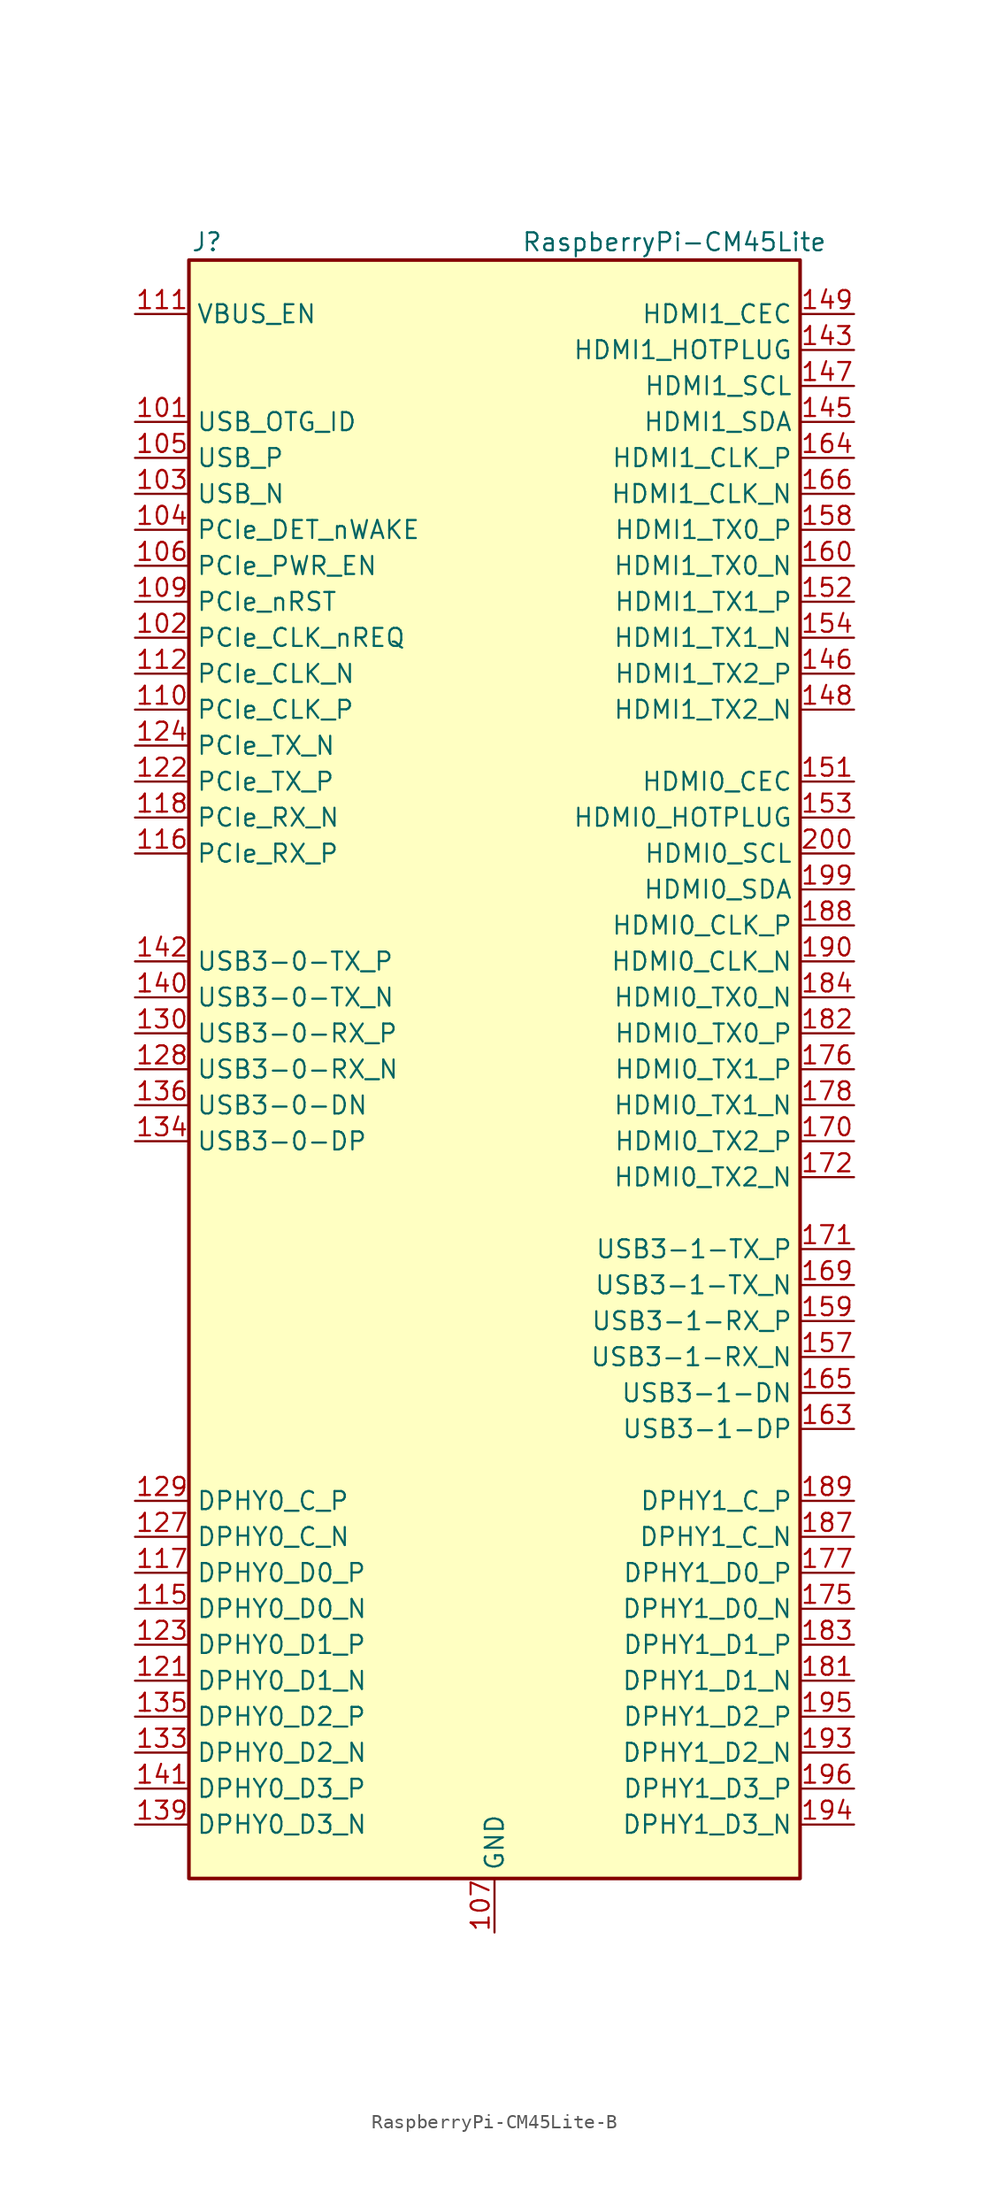
<source format=kicad_sym>
(kicad_symbol_lib
  (version 20241209)
  (generator "kicad_symbol_editor")
  (generator_version "9.0")
  (symbol "RaspberryPi-CM45Lite-B"
    (property "Reference" "J"
      (at -20.32 58.42 0)
      (effects (font (size 1.27 1.27))))
    (property "Value" "RaspberryPi-CM45Lite"
      (at 12.7 58.42 0)
      (effects (font (size 1.27 1.27))))
    (symbol "RaspberryPi-CM45Lite-B_0_1"
      (rectangle (start -21.59 57.15) (end 21.59 -57.15) (stroke (width 0.254) (type default)) (fill (type background))))
    (symbol "RaspberryPi-CM45Lite-B_1_1"
      (pin output line (at -25.4 53.34 0) (length 3.81) (name "VBUS_EN" (effects (font (size 1.27 1.27)))) (number "111" (effects (font (size 1.27 1.27)))))
      (pin input line (at -25.4 45.72 0) (length 3.81) (name "USB_OTG_ID" (effects (font (size 1.27 1.27)))) (number "101" (effects (font (size 1.27 1.27)))))
      (pin bidirectional line (at -25.4 43.18 0) (length 3.81) (name "USB_P" (effects (font (size 1.27 1.27)))) (number "105" (effects (font (size 1.27 1.27)))))
      (pin bidirectional line (at -25.4 40.64 0) (length 3.81) (name "USB_N" (effects (font (size 1.27 1.27)))) (number "103" (effects (font (size 1.27 1.27)))))
      (pin power_in line (at -25.4 38.1 0) (length 3.81) (name "PCIe_DET_nWAKE" (effects (font (size 1.27 1.27)))) (number "104" (effects (font (size 1.27 1.27)))))
      (pin input line (at -25.4 35.56 0) (length 3.81) (name "PCIe_PWR_EN" (effects (font (size 1.27 1.27)))) (number "106" (effects (font (size 1.27 1.27)))))
      (pin output line (at -25.4 33.02 0) (length 3.81) (name "PCIe_nRST" (effects (font (size 1.27 1.27)))) (number "109" (effects (font (size 1.27 1.27)))))
      (pin input line (at -25.4 30.48 0) (length 3.81) (name "PCIe_CLK_nREQ" (effects (font (size 1.27 1.27)))) (number "102" (effects (font (size 1.27 1.27)))))
      (pin output line (at -25.4 27.94 0) (length 3.81) (name "PCIe_CLK_N" (effects (font (size 1.27 1.27)))) (number "112" (effects (font (size 1.27 1.27)))))
      (pin output line (at -25.4 25.4 0) (length 3.81) (name "PCIe_CLK_P" (effects (font (size 1.27 1.27)))) (number "110" (effects (font (size 1.27 1.27)))))
      (pin output line (at -25.4 22.86 0) (length 3.81) (name "PCIe_TX_N" (effects (font (size 1.27 1.27)))) (number "124" (effects (font (size 1.27 1.27)))))
      (pin output line (at -25.4 20.32 0) (length 3.81) (name "PCIe_TX_P" (effects (font (size 1.27 1.27)))) (number "122" (effects (font (size 1.27 1.27)))))
      (pin input line (at -25.4 17.78 0) (length 3.81) (name "PCIe_RX_N" (effects (font (size 1.27 1.27)))) (number "118" (effects (font (size 1.27 1.27)))))
      (pin input line (at -25.4 15.24 0) (length 3.81) (name "PCIe_RX_P" (effects (font (size 1.27 1.27)))) (number "116" (effects (font (size 1.27 1.27)))))
      (pin output line (at -25.4 7.62 0) (length 3.81) (name "USB3-0-TX_P" (effects (font (size 1.27 1.27)))) (number "142" (effects (font (size 1.27 1.27)))))
      (pin output line (at -25.4 5.08 0) (length 3.81) (name "USB3-0-TX_N" (effects (font (size 1.27 1.27)))) (number "140" (effects (font (size 1.27 1.27)))))
      (pin input line (at -25.4 2.54 0) (length 3.81) (name "USB3-0-RX_P" (effects (font (size 1.27 1.27)))) (number "130" (effects (font (size 1.27 1.27)))))
      (pin input line (at -25.4 0 0) (length 3.81) (name "USB3-0-RX_N" (effects (font (size 1.27 1.27)))) (number "128" (effects (font (size 1.27 1.27)))))
      (pin bidirectional line (at -25.4 -2.54 0) (length 3.81) (name "USB3-0-DN" (effects (font (size 1.27 1.27)))) (number "136" (effects (font (size 1.27 1.27)))))
      (pin bidirectional line (at -25.4 -5.08 0) (length 3.81) (name "USB3-0-DP" (effects (font (size 1.27 1.27)))) (number "134" (effects (font (size 1.27 1.27)))))
      (pin bidirectional line (at -25.4 -30.48 0) (length 3.81) (name "DPHY0_C_P" (effects (font (size 1.27 1.27)))) (number "129" (effects (font (size 1.27 1.27)))))
      (pin bidirectional line (at -25.4 -33.02 0) (length 3.81) (name "DPHY0_C_N" (effects (font (size 1.27 1.27)))) (number "127" (effects (font (size 1.27 1.27)))))
      (pin bidirectional line (at -25.4 -35.56 0) (length 3.81) (name "DPHY0_D0_P" (effects (font (size 1.27 1.27)))) (number "117" (effects (font (size 1.27 1.27)))))
      (pin bidirectional line (at -25.4 -38.1 0) (length 3.81) (name "DPHY0_D0_N" (effects (font (size 1.27 1.27)))) (number "115" (effects (font (size 1.27 1.27)))))
      (pin bidirectional line (at -25.4 -40.64 0) (length 3.81) (name "DPHY0_D1_P" (effects (font (size 1.27 1.27)))) (number "123" (effects (font (size 1.27 1.27)))))
      (pin bidirectional line (at -25.4 -43.18 0) (length 3.81) (name "DPHY0_D1_N" (effects (font (size 1.27 1.27)))) (number "121" (effects (font (size 1.27 1.27)))))
      (pin bidirectional line (at -25.4 -45.72 0) (length 3.81) (name "DPHY0_D2_P" (effects (font (size 1.27 1.27)))) (number "135" (effects (font (size 1.27 1.27)))))
      (pin bidirectional line (at -25.4 -48.26 0) (length 3.81) (name "DPHY0_D2_N" (effects (font (size 1.27 1.27)))) (number "133" (effects (font (size 1.27 1.27)))))
      (pin bidirectional line (at -25.4 -50.8 0) (length 3.81) (name "DPHY0_D3_P" (effects (font (size 1.27 1.27)))) (number "141" (effects (font (size 1.27 1.27)))))
      (pin bidirectional line (at -25.4 -53.34 0) (length 3.81) (name "DPHY0_D3_N" (effects (font (size 1.27 1.27)))) (number "139" (effects (font (size 1.27 1.27)))))
      (pin power_in line (at 0 -60.96 90) (length 3.81) (name "GND" (effects (font (size 1.27 1.27)))) (number "107" (effects (font (size 1.27 1.27)))))
      (pin passive line (at 0 -60.96 90) (length 3.81) (hide yes) (name "GND" (effects (font (size 1.27 1.27)))) (number "108" (effects (font (size 1.27 1.27)))))
      (pin passive line (at 0 -60.96 90) (length 3.81) (hide yes) (name "GND" (effects (font (size 1.27 1.27)))) (number "113" (effects (font (size 1.27 1.27)))))
      (pin passive line (at 0 -60.96 90) (length 3.81) (hide yes) (name "GND" (effects (font (size 1.27 1.27)))) (number "114" (effects (font (size 1.27 1.27)))))
      (pin passive line (at 0 -60.96 90) (length 3.81) (hide yes) (name "GND" (effects (font (size 1.27 1.27)))) (number "119" (effects (font (size 1.27 1.27)))))
      (pin passive line (at 0 -60.96 90) (length 3.81) (hide yes) (name "GND" (effects (font (size 1.27 1.27)))) (number "120" (effects (font (size 1.27 1.27)))))
      (pin passive line (at 0 -60.96 90) (length 3.81) (hide yes) (name "GND" (effects (font (size 1.27 1.27)))) (number "125" (effects (font (size 1.27 1.27)))))
      (pin passive line (at 0 -60.96 90) (length 3.81) (hide yes) (name "GND" (effects (font (size 1.27 1.27)))) (number "126" (effects (font (size 1.27 1.27)))))
      (pin passive line (at 0 -60.96 90) (length 3.81) (hide yes) (name "GND" (effects (font (size 1.27 1.27)))) (number "131" (effects (font (size 1.27 1.27)))))
      (pin passive line (at 0 -60.96 90) (length 3.81) (hide yes) (name "GND" (effects (font (size 1.27 1.27)))) (number "132" (effects (font (size 1.27 1.27)))))
      (pin passive line (at 0 -60.96 90) (length 3.81) (hide yes) (name "GND" (effects (font (size 1.27 1.27)))) (number "137" (effects (font (size 1.27 1.27)))))
      (pin passive line (at 0 -60.96 90) (length 3.81) (hide yes) (name "GND" (effects (font (size 1.27 1.27)))) (number "138" (effects (font (size 1.27 1.27)))))
      (pin passive line (at 0 -60.96 90) (length 3.81) (hide yes) (name "GND" (effects (font (size 1.27 1.27)))) (number "144" (effects (font (size 1.27 1.27)))))
      (pin passive line (at 0 -60.96 90) (length 3.81) (hide yes) (name "GND" (effects (font (size 1.27 1.27)))) (number "150" (effects (font (size 1.27 1.27)))))
      (pin passive line (at 0 -60.96 90) (length 3.81) (hide yes) (name "GND" (effects (font (size 1.27 1.27)))) (number "155" (effects (font (size 1.27 1.27)))))
      (pin passive line (at 0 -60.96 90) (length 3.81) (hide yes) (name "GND" (effects (font (size 1.27 1.27)))) (number "156" (effects (font (size 1.27 1.27)))))
      (pin passive line (at 0 -60.96 90) (length 3.81) (hide yes) (name "GND" (effects (font (size 1.27 1.27)))) (number "161" (effects (font (size 1.27 1.27)))))
      (pin passive line (at 0 -60.96 90) (length 3.81) (hide yes) (name "GND" (effects (font (size 1.27 1.27)))) (number "162" (effects (font (size 1.27 1.27)))))
      (pin passive line (at 0 -60.96 90) (length 3.81) (hide yes) (name "GND" (effects (font (size 1.27 1.27)))) (number "167" (effects (font (size 1.27 1.27)))))
      (pin passive line (at 0 -60.96 90) (length 3.81) (hide yes) (name "GND" (effects (font (size 1.27 1.27)))) (number "168" (effects (font (size 1.27 1.27)))))
      (pin passive line (at 0 -60.96 90) (length 3.81) (hide yes) (name "GND" (effects (font (size 1.27 1.27)))) (number "173" (effects (font (size 1.27 1.27)))))
      (pin passive line (at 0 -60.96 90) (length 3.81) (hide yes) (name "GND" (effects (font (size 1.27 1.27)))) (number "174" (effects (font (size 1.27 1.27)))))
      (pin passive line (at 0 -60.96 90) (length 3.81) (hide yes) (name "GND" (effects (font (size 1.27 1.27)))) (number "179" (effects (font (size 1.27 1.27)))))
      (pin passive line (at 0 -60.96 90) (length 3.81) (hide yes) (name "GND" (effects (font (size 1.27 1.27)))) (number "180" (effects (font (size 1.27 1.27)))))
      (pin passive line (at 0 -60.96 90) (length 3.81) (hide yes) (name "GND" (effects (font (size 1.27 1.27)))) (number "185" (effects (font (size 1.27 1.27)))))
      (pin passive line (at 0 -60.96 90) (length 3.81) (hide yes) (name "GND" (effects (font (size 1.27 1.27)))) (number "186" (effects (font (size 1.27 1.27)))))
      (pin passive line (at 0 -60.96 90) (length 3.81) (hide yes) (name "GND" (effects (font (size 1.27 1.27)))) (number "191" (effects (font (size 1.27 1.27)))))
      (pin passive line (at 0 -60.96 90) (length 3.81) (hide yes) (name "GND" (effects (font (size 1.27 1.27)))) (number "192" (effects (font (size 1.27 1.27)))))
      (pin passive line (at 0 -60.96 90) (length 3.81) (hide yes) (name "GND" (effects (font (size 1.27 1.27)))) (number "197" (effects (font (size 1.27 1.27)))))
      (pin passive line (at 0 -60.96 90) (length 3.81) (hide yes) (name "GND" (effects (font (size 1.27 1.27)))) (number "198" (effects (font (size 1.27 1.27)))))
      (pin input line (at 25.4 53.34 180) (length 3.81) (name "HDMI1_CEC" (effects (font (size 1.27 1.27)))) (number "149" (effects (font (size 1.27 1.27)))))
      (pin input line (at 25.4 50.8 180) (length 3.81) (name "HDMI1_HOTPLUG" (effects (font (size 1.27 1.27)))) (number "143" (effects (font (size 1.27 1.27)))))
      (pin input line (at 25.4 48.26 180) (length 3.81) (name "HDMI1_SCL" (effects (font (size 1.27 1.27)))) (number "147" (effects (font (size 1.27 1.27)))))
      (pin bidirectional line (at 25.4 45.72 180) (length 3.81) (name "HDMI1_SDA" (effects (font (size 1.27 1.27)))) (number "145" (effects (font (size 1.27 1.27)))))
      (pin output line (at 25.4 43.18 180) (length 3.81) (name "HDMI1_CLK_P" (effects (font (size 1.27 1.27)))) (number "164" (effects (font (size 1.27 1.27)))))
      (pin output line (at 25.4 40.64 180) (length 3.81) (name "HDMI1_CLK_N" (effects (font (size 1.27 1.27)))) (number "166" (effects (font (size 1.27 1.27)))))
      (pin output line (at 25.4 38.1 180) (length 3.81) (name "HDMI1_TX0_P" (effects (font (size 1.27 1.27)))) (number "158" (effects (font (size 1.27 1.27)))))
      (pin output line (at 25.4 35.56 180) (length 3.81) (name "HDMI1_TX0_N" (effects (font (size 1.27 1.27)))) (number "160" (effects (font (size 1.27 1.27)))))
      (pin output line (at 25.4 33.02 180) (length 3.81) (name "HDMI1_TX1_P" (effects (font (size 1.27 1.27)))) (number "152" (effects (font (size 1.27 1.27)))))
      (pin output line (at 25.4 30.48 180) (length 3.81) (name "HDMI1_TX1_N" (effects (font (size 1.27 1.27)))) (number "154" (effects (font (size 1.27 1.27)))))
      (pin output line (at 25.4 27.94 180) (length 3.81) (name "HDMI1_TX2_P" (effects (font (size 1.27 1.27)))) (number "146" (effects (font (size 1.27 1.27)))))
      (pin output line (at 25.4 25.4 180) (length 3.81) (name "HDMI1_TX2_N" (effects (font (size 1.27 1.27)))) (number "148" (effects (font (size 1.27 1.27)))))
      (pin input line (at 25.4 20.32 180) (length 3.81) (name "HDMI0_CEC" (effects (font (size 1.27 1.27)))) (number "151" (effects (font (size 1.27 1.27)))))
      (pin input line (at 25.4 17.78 180) (length 3.81) (name "HDMI0_HOTPLUG" (effects (font (size 1.27 1.27)))) (number "153" (effects (font (size 1.27 1.27)))))
      (pin bidirectional line (at 25.4 15.24 180) (length 3.81) (name "HDMI0_SCL" (effects (font (size 1.27 1.27)))) (number "200" (effects (font (size 1.27 1.27)))))
      (pin bidirectional line (at 25.4 12.7 180) (length 3.81) (name "HDMI0_SDA" (effects (font (size 1.27 1.27)))) (number "199" (effects (font (size 1.27 1.27)))))
      (pin output line (at 25.4 10.16 180) (length 3.81) (name "HDMI0_CLK_P" (effects (font (size 1.27 1.27)))) (number "188" (effects (font (size 1.27 1.27)))))
      (pin output line (at 25.4 7.62 180) (length 3.81) (name "HDMI0_CLK_N" (effects (font (size 1.27 1.27)))) (number "190" (effects (font (size 1.27 1.27)))))
      (pin output line (at 25.4 5.08 180) (length 3.81) (name "HDMI0_TX0_N" (effects (font (size 1.27 1.27)))) (number "184" (effects (font (size 1.27 1.27)))))
      (pin output line (at 25.4 2.54 180) (length 3.81) (name "HDMI0_TX0_P" (effects (font (size 1.27 1.27)))) (number "182" (effects (font (size 1.27 1.27)))))
      (pin output line (at 25.4 0 180) (length 3.81) (name "HDMI0_TX1_P" (effects (font (size 1.27 1.27)))) (number "176" (effects (font (size 1.27 1.27)))))
      (pin output line (at 25.4 -2.54 180) (length 3.81) (name "HDMI0_TX1_N" (effects (font (size 1.27 1.27)))) (number "178" (effects (font (size 1.27 1.27)))))
      (pin output line (at 25.4 -5.08 180) (length 3.81) (name "HDMI0_TX2_P" (effects (font (size 1.27 1.27)))) (number "170" (effects (font (size 1.27 1.27)))))
      (pin output line (at 25.4 -7.62 180) (length 3.81) (name "HDMI0_TX2_N" (effects (font (size 1.27 1.27)))) (number "172" (effects (font (size 1.27 1.27)))))
      (pin output line (at 25.4 -12.7 180) (length 3.81) (name "USB3-1-TX_P" (effects (font (size 1.27 1.27)))) (number "171" (effects (font (size 1.27 1.27)))))
      (pin output line (at 25.4 -15.24 180) (length 3.81) (name "USB3-1-TX_N" (effects (font (size 1.27 1.27)))) (number "169" (effects (font (size 1.27 1.27)))))
      (pin input line (at 25.4 -17.78 180) (length 3.81) (name "USB3-1-RX_P" (effects (font (size 1.27 1.27)))) (number "159" (effects (font (size 1.27 1.27)))))
      (pin input line (at 25.4 -20.32 180) (length 3.81) (name "USB3-1-RX_N" (effects (font (size 1.27 1.27)))) (number "157" (effects (font (size 1.27 1.27)))))
      (pin bidirectional line (at 25.4 -22.86 180) (length 3.81) (name "USB3-1-DN" (effects (font (size 1.27 1.27)))) (number "165" (effects (font (size 1.27 1.27)))))
      (pin bidirectional line (at 25.4 -25.4 180) (length 3.81) (name "USB3-1-DP" (effects (font (size 1.27 1.27)))) (number "163" (effects (font (size 1.27 1.27)))))
      (pin bidirectional line (at 25.4 -30.48 180) (length 3.81) (name "DPHY1_C_P" (effects (font (size 1.27 1.27)))) (number "189" (effects (font (size 1.27 1.27)))))
      (pin bidirectional line (at 25.4 -33.02 180) (length 3.81) (name "DPHY1_C_N" (effects (font (size 1.27 1.27)))) (number "187" (effects (font (size 1.27 1.27)))))
      (pin bidirectional line (at 25.4 -35.56 180) (length 3.81) (name "DPHY1_D0_P" (effects (font (size 1.27 1.27)))) (number "177" (effects (font (size 1.27 1.27)))))
      (pin bidirectional line (at 25.4 -38.1 180) (length 3.81) (name "DPHY1_D0_N" (effects (font (size 1.27 1.27)))) (number "175" (effects (font (size 1.27 1.27)))))
      (pin bidirectional line (at 25.4 -40.64 180) (length 3.81) (name "DPHY1_D1_P" (effects (font (size 1.27 1.27)))) (number "183" (effects (font (size 1.27 1.27)))))
      (pin bidirectional line (at 25.4 -43.18 180) (length 3.81) (name "DPHY1_D1_N" (effects (font (size 1.27 1.27)))) (number "181" (effects (font (size 1.27 1.27)))))
      (pin bidirectional line (at 25.4 -45.72 180) (length 3.81) (name "DPHY1_D2_P" (effects (font (size 1.27 1.27)))) (number "195" (effects (font (size 1.27 1.27)))))
      (pin bidirectional line (at 25.4 -48.26 180) (length 3.81) (name "DPHY1_D2_N" (effects (font (size 1.27 1.27)))) (number "193" (effects (font (size 1.27 1.27)))))
      (pin bidirectional line (at 25.4 -50.8 180) (length 3.81) (name "DPHY1_D3_P" (effects (font (size 1.27 1.27)))) (number "196" (effects (font (size 1.27 1.27)))))
      (pin bidirectional line (at 25.4 -53.34 180) (length 3.81) (name "DPHY1_D3_N" (effects (font (size 1.27 1.27)))) (number "194" (effects (font (size 1.27 1.27))))))))
</source>
